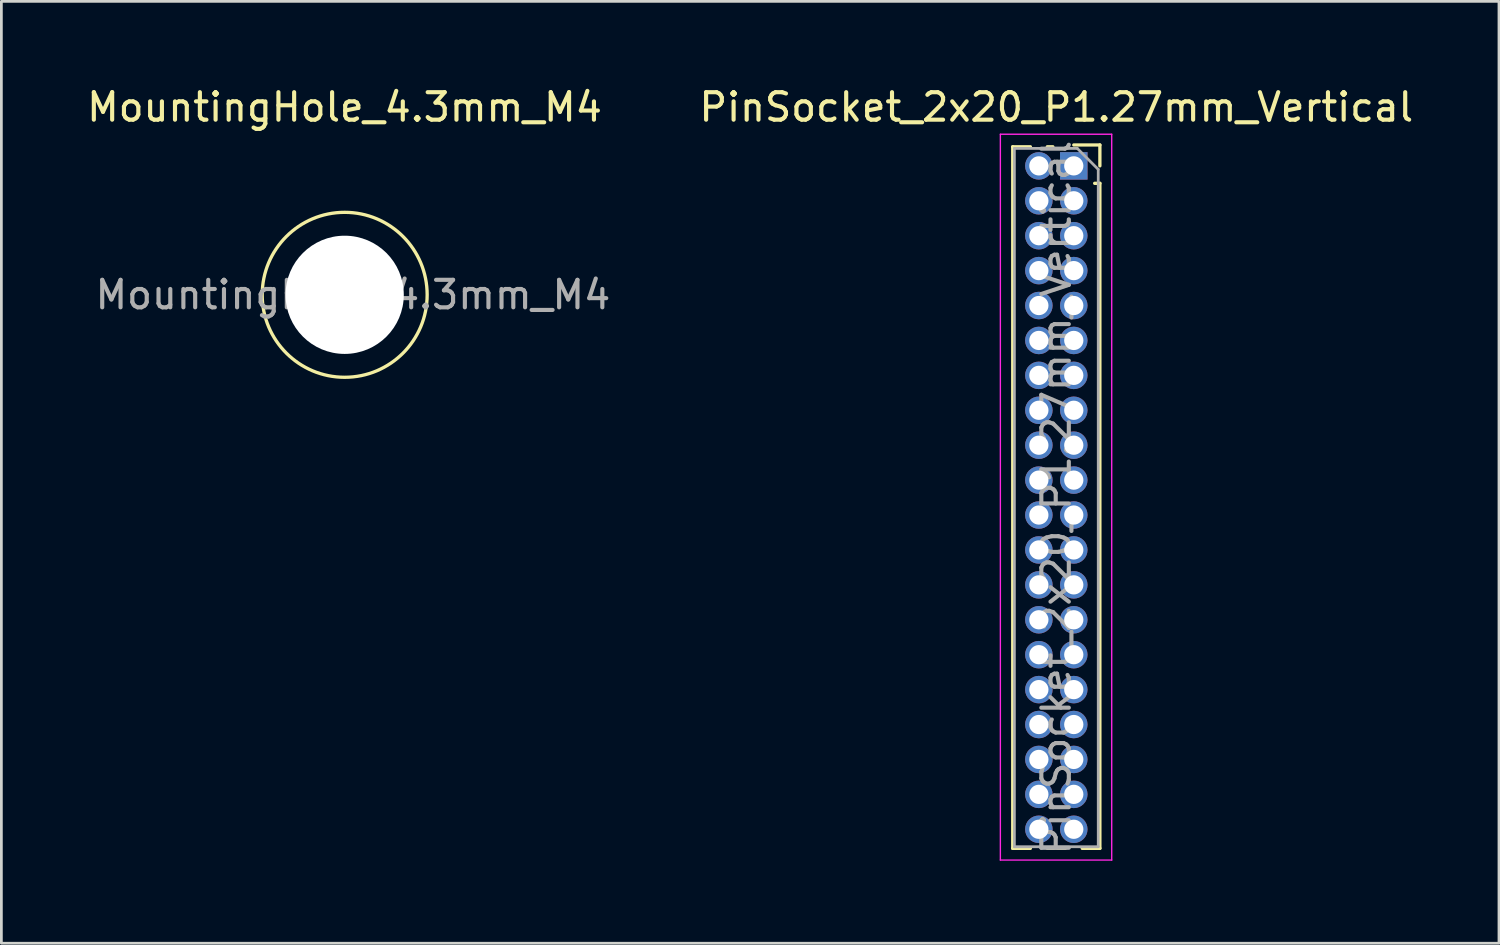
<source format=kicad_pcb>
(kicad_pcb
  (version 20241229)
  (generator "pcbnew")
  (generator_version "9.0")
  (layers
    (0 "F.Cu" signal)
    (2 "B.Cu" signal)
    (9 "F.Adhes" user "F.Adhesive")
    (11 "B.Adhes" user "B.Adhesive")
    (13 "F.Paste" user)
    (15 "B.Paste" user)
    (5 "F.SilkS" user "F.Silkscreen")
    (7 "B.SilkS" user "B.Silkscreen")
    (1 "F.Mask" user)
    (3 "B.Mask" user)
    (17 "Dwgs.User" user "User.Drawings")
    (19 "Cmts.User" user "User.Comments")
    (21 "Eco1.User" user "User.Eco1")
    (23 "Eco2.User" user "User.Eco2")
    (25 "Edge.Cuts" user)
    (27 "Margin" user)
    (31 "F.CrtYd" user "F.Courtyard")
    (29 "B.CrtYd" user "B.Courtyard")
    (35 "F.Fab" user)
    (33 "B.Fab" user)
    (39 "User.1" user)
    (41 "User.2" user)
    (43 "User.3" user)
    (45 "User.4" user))
  (footprint "MountingHole_4.3mm_M4"
    (layer "F.Cu")
    (at 9.487 7.673)
    (property "Reference" "MountingHole_4.3mm_M4" (at -0.005 -6.825 0) (layer "F.SilkS") (effects (font (size 1 1) (thickness 0.15))))
    (attr exclude_from_pos_files exclude_from_bom)
    (fp_circle (center 0 0) (end 3 0) (stroke (width 0.12) (type solid)) (fill no) (layer "F.SilkS"))
    (fp_text user "${REFERENCE}" (at 0.3 0 0) (layer "F.Fab") (effects (font (size 1 1) (thickness 0.15))))
    (pad "" np_thru_hole circle (at 0 0) (size 4.3 4.3) (drill 4.3) (layers "*.Cu" "*.Mask")))
  (footprint "PinSocket_2x20_P1.27mm_Vertical"
    (layer "F.Cu")
    (at 36.006 2.983)
    (property "Reference" "PinSocket_2x20_P1.27mm_Vertical" (at -0.635 -2.135 0) (layer "F.SilkS") (effects (font (size 1 1) (thickness 0.15))))
    (attr through_hole)
    (fp_line (start -2.22 -0.695) (end -2.22 24.825) (stroke (width 0.12) (type solid)) (layer "F.SilkS"))
    (fp_line (start -2.22 -0.695) (end -1.578 -0.695) (stroke (width 0.12) (type solid)) (layer "F.SilkS"))
    (fp_line (start -2.22 24.825) (end -1.578 24.825) (stroke (width 0.12) (type solid)) (layer "F.SilkS"))
    (fp_line (start -0.962 -0.695) (end -0.76 -0.695) (stroke (width 0.12) (type solid)) (layer "F.SilkS"))
    (fp_line (start -0.962 24.825) (end -0.308 24.825) (stroke (width 0.12) (type solid)) (layer "F.SilkS"))
    (fp_line (start 0 -0.76) (end 0.95 -0.76) (stroke (width 0.12) (type solid)) (layer "F.SilkS"))
    (fp_line (start 0.308 24.825) (end 0.95 24.825) (stroke (width 0.12) (type solid)) (layer "F.SilkS"))
    (fp_line (start 0.76 0.635) (end 0.95 0.635) (stroke (width 0.12) (type solid)) (layer "F.SilkS"))
    (fp_line (start 0.95 -0.76) (end 0.95 0) (stroke (width 0.12) (type solid)) (layer "F.SilkS"))
    (fp_line (start 0.95 0.635) (end 0.95 24.825) (stroke (width 0.12) (type solid)) (layer "F.SilkS"))
    (fp_line (start -2.67 -1.15) (end 1.38 -1.15) (stroke (width 0.05) (type solid)) (layer "F.CrtYd"))
    (fp_line (start -2.67 25.25) (end -2.67 -1.15) (stroke (width 0.05) (type solid)) (layer "F.CrtYd"))
    (fp_line (start 1.38 -1.15) (end 1.38 25.25) (stroke (width 0.05) (type solid)) (layer "F.CrtYd"))
    (fp_line (start 1.38 25.25) (end -2.67 25.25) (stroke (width 0.05) (type solid)) (layer "F.CrtYd"))
    (fp_line (start -2.16 -0.635) (end 0.128 -0.635) (stroke (width 0.1) (type solid)) (layer "F.Fab"))
    (fp_line (start -2.16 24.765) (end -2.16 -0.635) (stroke (width 0.1) (type solid)) (layer "F.Fab"))
    (fp_line (start 0.128 -0.635) (end 0.89 0.128) (stroke (width 0.1) (type solid)) (layer "F.Fab"))
    (fp_line (start 0.89 0.128) (end 0.89 24.765) (stroke (width 0.1) (type solid)) (layer "F.Fab"))
    (fp_line (start 0.89 24.765) (end -2.16 24.765) (stroke (width 0.1) (type solid)) (layer "F.Fab"))
    (fp_text user "${REFERENCE}" (at -0.635 12.065 90) (layer "F.Fab") (effects (font (size 1 1) (thickness 0.15))))
    (pad "1" thru_hole rect (at 0 0) (size 1 1) (drill 0.7) (layers "*.Cu" "*.Mask"))
    (pad "2" thru_hole oval (at -1.27 0) (size 1 1) (drill 0.7) (layers "*.Cu" "*.Mask"))
    (pad "3" thru_hole oval (at 0 1.27) (size 1 1) (drill 0.7) (layers "*.Cu" "*.Mask"))
    (pad "4" thru_hole oval (at -1.27 1.27) (size 1 1) (drill 0.7) (layers "*.Cu" "*.Mask"))
    (pad "5" thru_hole oval (at 0 2.54) (size 1 1) (drill 0.7) (layers "*.Cu" "*.Mask"))
    (pad "6" thru_hole oval (at -1.27 2.54) (size 1 1) (drill 0.7) (layers "*.Cu" "*.Mask"))
    (pad "7" thru_hole oval (at 0 3.81) (size 1 1) (drill 0.7) (layers "*.Cu" "*.Mask"))
    (pad "8" thru_hole oval (at -1.27 3.81) (size 1 1) (drill 0.7) (layers "*.Cu" "*.Mask"))
    (pad "9" thru_hole oval (at 0 5.08) (size 1 1) (drill 0.7) (layers "*.Cu" "*.Mask"))
    (pad "10" thru_hole oval (at -1.27 5.08) (size 1 1) (drill 0.7) (layers "*.Cu" "*.Mask"))
    (pad "11" thru_hole oval (at 0 6.35) (size 1 1) (drill 0.7) (layers "*.Cu" "*.Mask"))
    (pad "12" thru_hole oval (at -1.27 6.35) (size 1 1) (drill 0.7) (layers "*.Cu" "*.Mask"))
    (pad "13" thru_hole oval (at 0 7.62) (size 1 1) (drill 0.7) (layers "*.Cu" "*.Mask"))
    (pad "14" thru_hole oval (at -1.27 7.62) (size 1 1) (drill 0.7) (layers "*.Cu" "*.Mask"))
    (pad "15" thru_hole oval (at 0 8.89) (size 1 1) (drill 0.7) (layers "*.Cu" "*.Mask"))
    (pad "16" thru_hole oval (at -1.27 8.89) (size 1 1) (drill 0.7) (layers "*.Cu" "*.Mask"))
    (pad "17" thru_hole oval (at 0 10.16) (size 1 1) (drill 0.7) (layers "*.Cu" "*.Mask"))
    (pad "18" thru_hole oval (at -1.27 10.16) (size 1 1) (drill 0.7) (layers "*.Cu" "*.Mask"))
    (pad "19" thru_hole oval (at 0 11.43) (size 1 1) (drill 0.7) (layers "*.Cu" "*.Mask"))
    (pad "20" thru_hole oval (at -1.27 11.43) (size 1 1) (drill 0.7) (layers "*.Cu" "*.Mask"))
    (pad "21" thru_hole oval (at 0 12.7) (size 1 1) (drill 0.7) (layers "*.Cu" "*.Mask"))
    (pad "22" thru_hole oval (at -1.27 12.7) (size 1 1) (drill 0.7) (layers "*.Cu" "*.Mask"))
    (pad "23" thru_hole oval (at 0 13.97) (size 1 1) (drill 0.7) (layers "*.Cu" "*.Mask"))
    (pad "24" thru_hole oval (at -1.27 13.97) (size 1 1) (drill 0.7) (layers "*.Cu" "*.Mask"))
    (pad "25" thru_hole oval (at 0 15.24) (size 1 1) (drill 0.7) (layers "*.Cu" "*.Mask"))
    (pad "26" thru_hole oval (at -1.27 15.24) (size 1 1) (drill 0.7) (layers "*.Cu" "*.Mask"))
    (pad "27" thru_hole oval (at 0 16.51) (size 1 1) (drill 0.7) (layers "*.Cu" "*.Mask"))
    (pad "28" thru_hole oval (at -1.27 16.51) (size 1 1) (drill 0.7) (layers "*.Cu" "*.Mask"))
    (pad "29" thru_hole oval (at 0 17.78) (size 1 1) (drill 0.7) (layers "*.Cu" "*.Mask"))
    (pad "30" thru_hole oval (at -1.27 17.78) (size 1 1) (drill 0.7) (layers "*.Cu" "*.Mask"))
    (pad "31" thru_hole oval (at 0 19.05) (size 1 1) (drill 0.7) (layers "*.Cu" "*.Mask"))
    (pad "32" thru_hole oval (at -1.27 19.05) (size 1 1) (drill 0.7) (layers "*.Cu" "*.Mask"))
    (pad "33" thru_hole oval (at 0 20.32) (size 1 1) (drill 0.7) (layers "*.Cu" "*.Mask"))
    (pad "34" thru_hole oval (at -1.27 20.32) (size 1 1) (drill 0.7) (layers "*.Cu" "*.Mask"))
    (pad "35" thru_hole oval (at 0 21.59) (size 1 1) (drill 0.7) (layers "*.Cu" "*.Mask"))
    (pad "36" thru_hole oval (at -1.27 21.59) (size 1 1) (drill 0.7) (layers "*.Cu" "*.Mask"))
    (pad "37" thru_hole oval (at 0 22.86) (size 1 1) (drill 0.7) (layers "*.Cu" "*.Mask"))
    (pad "38" thru_hole oval (at -1.27 22.86) (size 1 1) (drill 0.7) (layers "*.Cu" "*.Mask"))
    (pad "39" thru_hole oval (at 0 24.13) (size 1 1) (drill 0.7) (layers "*.Cu" "*.Mask"))
    (pad "40" thru_hole oval (at -1.27 24.13) (size 1 1) (drill 0.7) (layers "*.Cu" "*.Mask")))
  (gr_rect
    (start -3 -3)
    (end 51.472 31.258)
    (stroke (width 0.1) (type default))
    (fill no)
    (layer "Edge.Cuts")))
</source>
